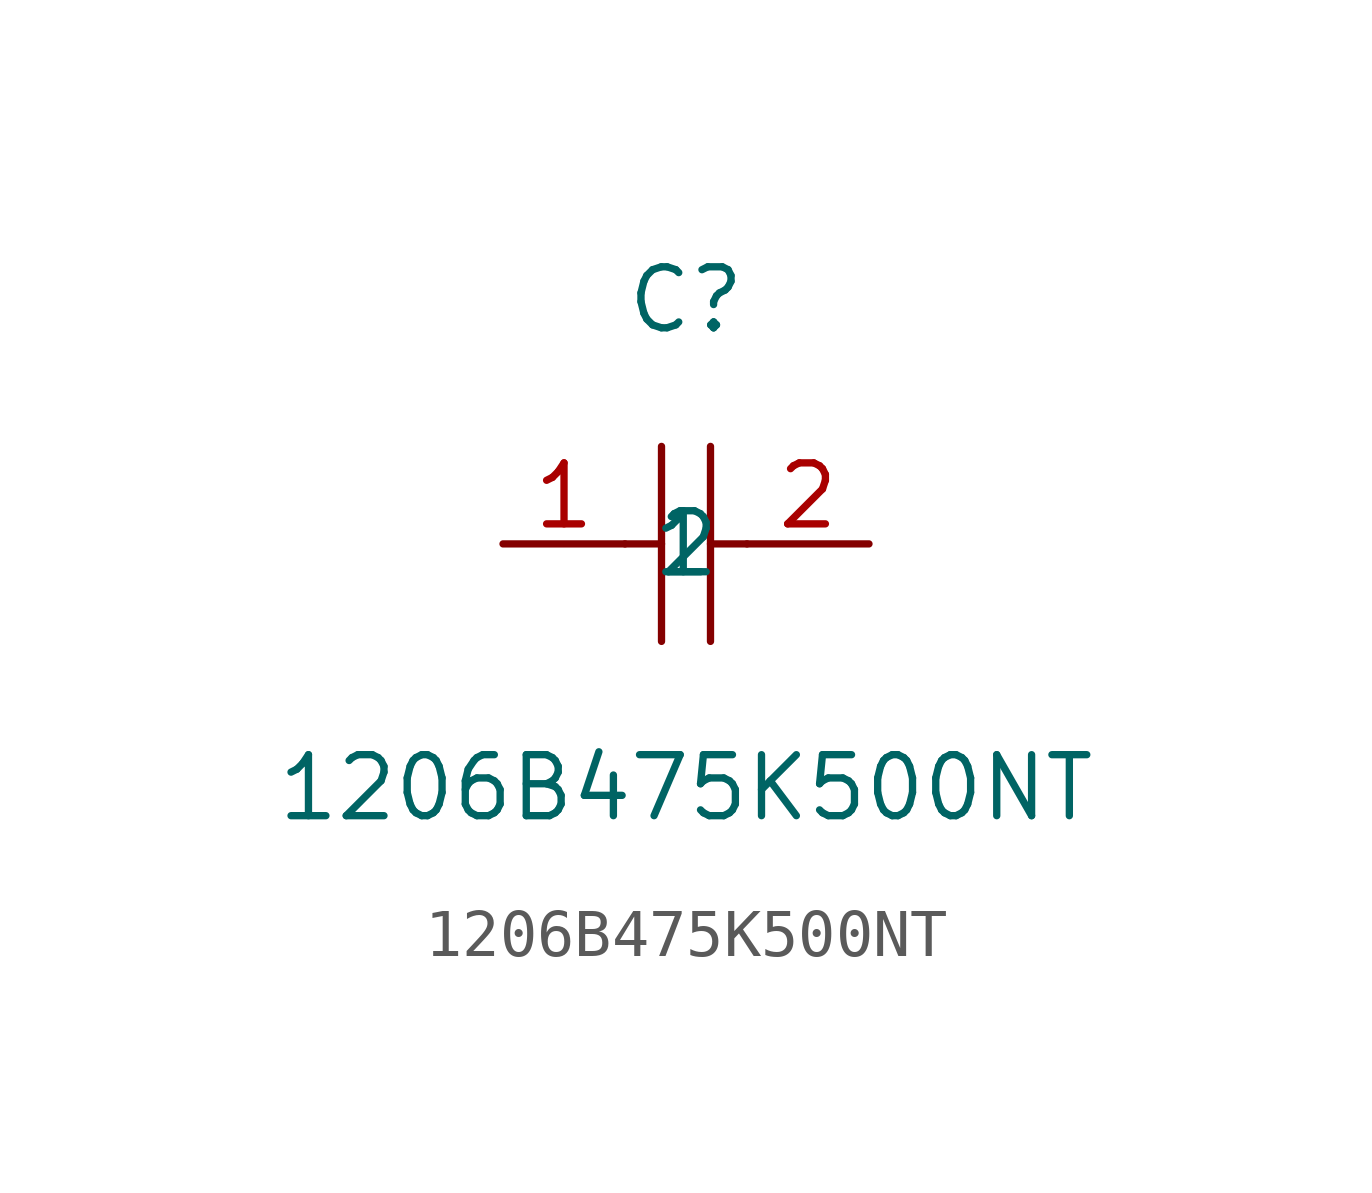
<source format=kicad_sym>
(kicad_symbol_lib
  (version 20211014)
  (generator https://github.com/uPesy/easyeda2kicad.py)
  (symbol "1206B475K500NT"
    (property "Reference" "C"
      (at 0 5.08 0)
      (effects (font (size 1.27 1.27))))
    (property "Value" "1206B475K500NT"
      (at 0 -5.08 0)
      (effects (font (size 1.27 1.27))))
    (symbol "1206B475K500NT_0_1"
      (polyline (pts (xy -0.51 2.03) (xy -0.51 -2.03)) (stroke (width 0) (type default) (color 0 0 0 0)) (fill (type none)))
      (polyline (pts (xy 0.51 2.03) (xy 0.51 -2.03)) (stroke (width 0) (type default) (color 0 0 0 0)) (fill (type none)))
      (polyline (pts (xy -1.27 -0.00) (xy -0.51 -0.00)) (stroke (width 0) (type default) (color 0 0 0 0)) (fill (type none)))
      (polyline (pts (xy 0.51 -0.00) (xy 1.27 -0.00)) (stroke (width 0) (type default) (color 0 0 0 0)) (fill (type none)))
      (pin input line (at -3.81 -0.00 0) (length 2.54) (name "1" (effects (font (size 1.27 1.27)))) (number "1" (effects (font (size 1.27 1.27)))))
      (pin input line (at 3.81 -0.00 180) (length 2.54) (name "2" (effects (font (size 1.27 1.27)))) (number "2" (effects (font (size 1.27 1.27))))))))
</source>
